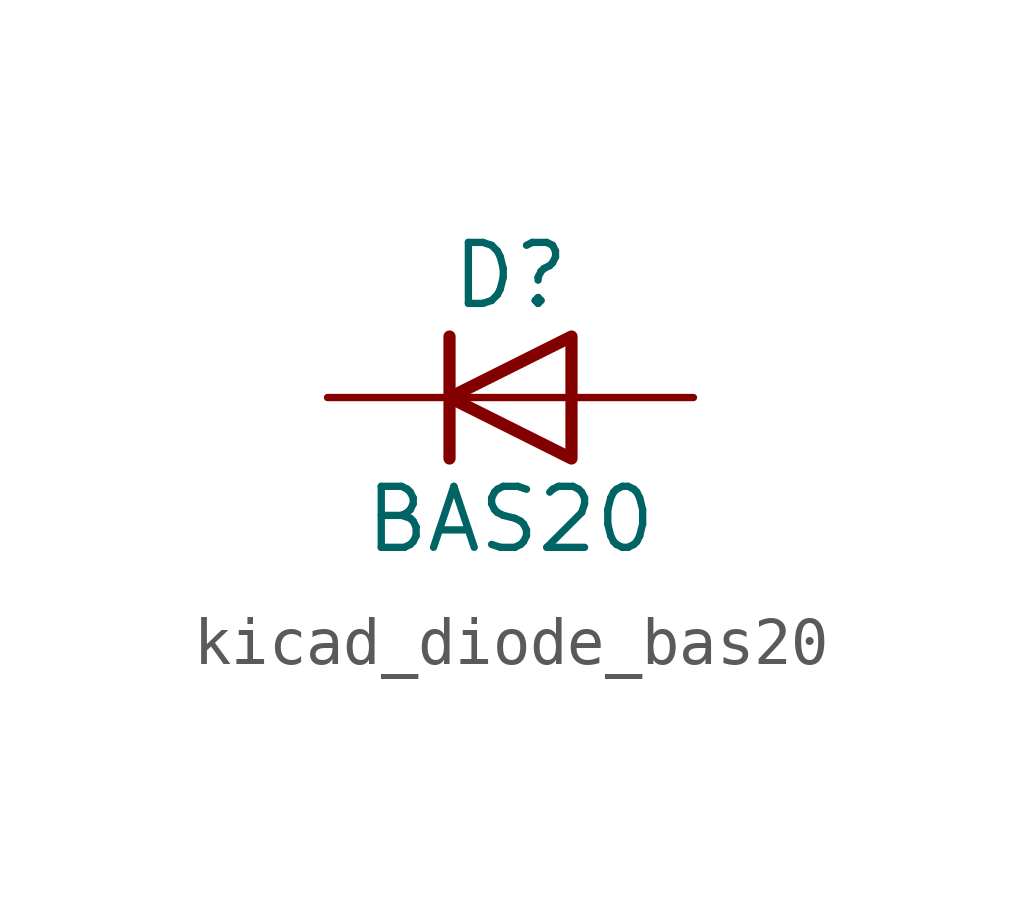
<source format=kicad_sym>
(kicad_symbol_lib
  (version 20220914)
  (generator kicad_symbol_editor)
  (symbol "kicad_diode_bas20"
    (pin_numbers hide)
    (pin_names hide)
    (property "Reference" "D"
      (at 0 2.54 0)
      (effects (font (size 1.27 1.27))))
    (property "Value" "BAS20"
      (at 0 -2.54 0)
      (effects (font (size 1.27 1.27))))
    (symbol "kicad_diode_bas20_0_1"
      (polyline (pts (xy -1.27 1.27) (xy -1.27 -1.27)) (stroke (width 0.254) (type default)) (fill (type none)))
      (polyline (pts (xy 1.27 0) (xy -1.27 0)) (stroke (width 0) (type default)) (fill (type none)))
      (polyline (pts (xy 1.27 1.27) (xy 1.27 -1.27) (xy -1.27 0) (xy 1.27 1.27)) (stroke (width 0.254) (type default)) (fill (type none))))
    (symbol "kicad_diode_bas20_1_1"
      (pin passive line (at 3.81 0 180) (length 2.54) (name "A" (effects (font (size 1.27 1.27)))) (number "1" (effects (font (size 1.27 1.27)))))
      (pin no_connect line (at -1.27 0 0) (length 2.54) hide (name "NC" (effects (font (size 1.27 1.27)))) (number "2" (effects (font (size 1.27 1.27)))))
      (pin passive line (at -3.81 0 0) (length 2.54) (name "K" (effects (font (size 1.27 1.27)))) (number "3" (effects (font (size 1.27 1.27))))))))
</source>
